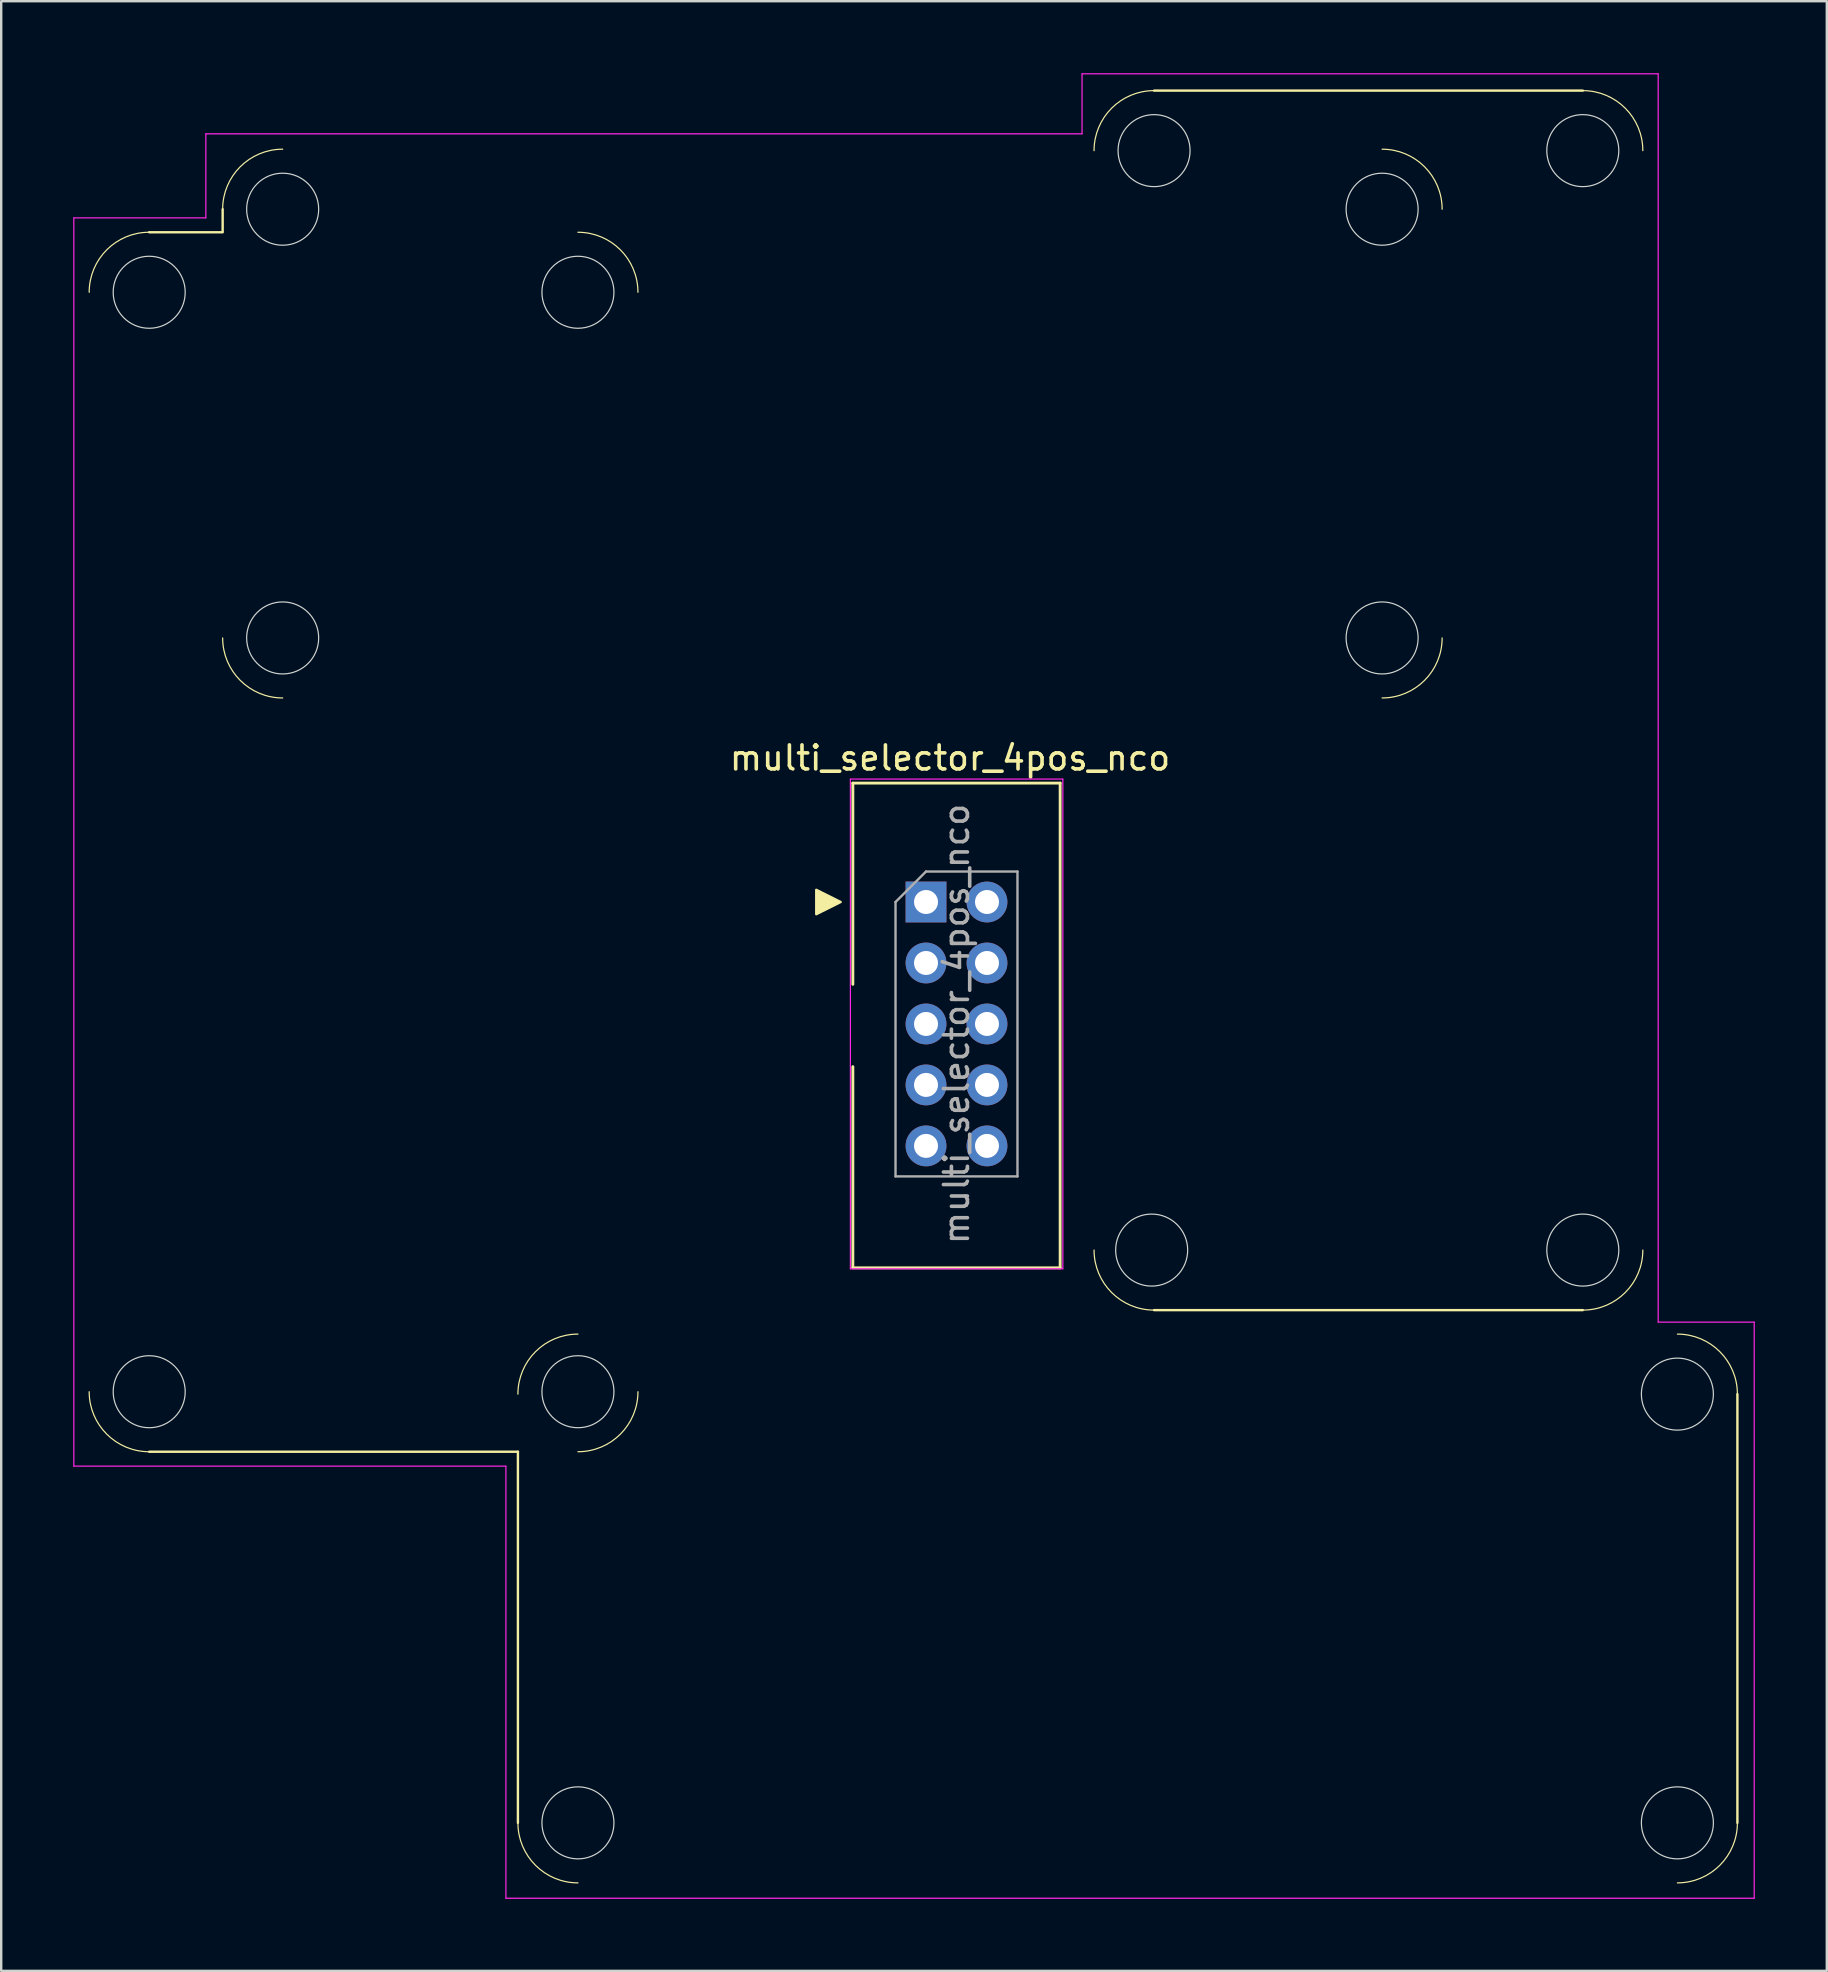
<source format=kicad_pcb>
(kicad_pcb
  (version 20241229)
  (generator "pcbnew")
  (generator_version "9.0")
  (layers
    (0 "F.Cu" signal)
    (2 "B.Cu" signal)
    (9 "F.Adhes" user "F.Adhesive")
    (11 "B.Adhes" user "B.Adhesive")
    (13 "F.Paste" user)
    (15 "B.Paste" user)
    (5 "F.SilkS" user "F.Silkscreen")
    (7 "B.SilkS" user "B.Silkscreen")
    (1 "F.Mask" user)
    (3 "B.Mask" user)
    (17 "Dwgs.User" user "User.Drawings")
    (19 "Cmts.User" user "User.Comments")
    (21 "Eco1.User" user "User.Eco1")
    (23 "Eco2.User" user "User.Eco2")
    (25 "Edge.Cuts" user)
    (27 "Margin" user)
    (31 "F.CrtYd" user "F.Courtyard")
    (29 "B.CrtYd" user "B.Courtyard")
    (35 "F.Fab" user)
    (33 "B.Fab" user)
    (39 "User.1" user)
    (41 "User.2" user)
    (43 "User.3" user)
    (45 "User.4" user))
  (footprint "multi_selector_4pos_nco"
    (layer "F.Cu")
    (at 35.525 34.525)
    (property "Reference" "multi_selector_4pos_nco" (at 1 -6 0) (layer "F.SilkS") (effects (font (size 1 1) (thickness 0.15))))
    (attr through_hole)
    (fp_line (start -32.36 -27.9) (end -29.3 -27.9) (stroke (width 0.1) (type default)) (layer "F.SilkS"))
    (fp_line (start -29.3 -27.94) (end -29.3 -28.86) (stroke (width 0.1) (type default)) (layer "F.SilkS"))
    (fp_line (start -17 22.9) (end -32.36 22.9) (stroke (width 0.1) (type default)) (layer "F.SilkS"))
    (fp_line (start -17 22.9) (end -17 38.36) (stroke (width 0.1) (type default)) (layer "F.SilkS"))
    (fp_line (start -3.048 -4.953) (end 5.588 -4.953) (stroke (width 0.12) (type solid)) (layer "F.SilkS"))
    (fp_line (start -3.048 3.429) (end -3.048 -4.953) (stroke (width 0.12) (type solid)) (layer "F.SilkS"))
    (fp_line (start -3.048 6.858) (end -3.048 15.24) (stroke (width 0.12) (type solid)) (layer "F.SilkS"))
    (fp_line (start -3.048 15.24) (end 5.588 15.24) (stroke (width 0.12) (type solid)) (layer "F.SilkS"))
    (fp_line (start 5.588 -4.953) (end 5.588 15.24) (stroke (width 0.12) (type solid)) (layer "F.SilkS"))
    (fp_line (start 9.5 -33.8) (end 27.36 -33.8) (stroke (width 0.1) (type default)) (layer "F.SilkS"))
    (fp_line (start 9.5 17) (end 27.36 17) (stroke (width 0.1) (type default)) (layer "F.SilkS"))
    (fp_line (start 33.8 20.5) (end 33.8 38.36) (stroke (width 0.1) (type default)) (layer "F.SilkS"))
    (fp_arc (start -34.86 -25.4) (mid -34.127767 -27.167767) (end -32.36 -27.9) (stroke (width 0.05) (type solid)) (layer "F.SilkS"))
    (fp_arc (start -32.36 22.9) (mid -34.127767 22.167767) (end -34.86 20.4) (stroke (width 0.05) (type solid)) (layer "F.SilkS"))
    (fp_arc (start -29.3 -28.86) (mid -28.567767 -30.627767) (end -26.8 -31.36) (stroke (width 0.05) (type solid)) (layer "F.SilkS"))
    (fp_arc (start -26.8 -8.5) (mid -28.567767 -9.232233) (end -29.3 -11) (stroke (width 0.05) (type solid)) (layer "F.SilkS"))
    (fp_arc (start -17 20.5) (mid -16.267767 18.732233) (end -14.5 18) (stroke (width 0.05) (type solid)) (layer "F.SilkS"))
    (fp_arc (start -14.5 -27.9) (mid -12.732233 -27.167767) (end -12 -25.4) (stroke (width 0.05) (type solid)) (layer "F.SilkS"))
    (fp_arc (start -14.5 40.86) (mid -16.267767 40.127767) (end -17 38.36) (stroke (width 0.05) (type solid)) (layer "F.SilkS"))
    (fp_arc (start -12 20.4) (mid -12.732233 22.167767) (end -14.5 22.9) (stroke (width 0.05) (type solid)) (layer "F.SilkS"))
    (fp_arc (start 7 -31.3) (mid 7.732233 -33.067767) (end 9.5 -33.8) (stroke (width 0.05) (type solid)) (layer "F.SilkS"))
    (fp_arc (start 9.5 17) (mid 7.732233 16.267767) (end 7 14.5) (stroke (width 0.05) (type solid)) (layer "F.SilkS"))
    (fp_arc (start 19 -31.36) (mid 20.767767 -30.627767) (end 21.5 -28.86) (stroke (width 0.05) (type solid)) (layer "F.SilkS"))
    (fp_arc (start 21.5 -11) (mid 20.767767 -9.232233) (end 19 -8.5) (stroke (width 0.05) (type solid)) (layer "F.SilkS"))
    (fp_arc (start 27.36 -33.8) (mid 29.127767 -33.067767) (end 29.86 -31.3) (stroke (width 0.05) (type solid)) (layer "F.SilkS"))
    (fp_arc (start 29.86 14.5) (mid 29.127767 16.267767) (end 27.36 17) (stroke (width 0.05) (type solid)) (layer "F.SilkS"))
    (fp_arc (start 31.3 18) (mid 33.067767 18.732233) (end 33.8 20.5) (stroke (width 0.05) (type solid)) (layer "F.SilkS"))
    (fp_arc (start 33.8 38.36) (mid 33.067767 40.127767) (end 31.3 40.86) (stroke (width 0.05) (type solid)) (layer "F.SilkS"))
    (fp_poly (pts (xy -3.556 0) (xy -4.572 -0.508) (xy -4.572 0.508)) (stroke (width 0.1) (type solid)) (fill yes) (layer "F.SilkS"))
    (fp_circle (center -32.36 -25.4) (end -30.86 -25.4) (stroke (width 0.05) (type solid)) (fill no) (layer "Edge.Cuts"))
    (fp_circle (center -32.36 20.4) (end -30.86 20.4) (stroke (width 0.05) (type solid)) (fill no) (layer "Edge.Cuts"))
    (fp_circle (center -26.8 -28.86) (end -26.8 -27.36) (stroke (width 0.05) (type solid)) (fill no) (layer "Edge.Cuts"))
    (fp_circle (center -26.8 -11) (end -26.8 -9.5) (stroke (width 0.05) (type solid)) (fill no) (layer "Edge.Cuts"))
    (fp_circle (center -14.5 -25.4) (end -13 -25.4) (stroke (width 0.05) (type solid)) (fill no) (layer "Edge.Cuts"))
    (fp_circle (center -14.5 20.4) (end -13 20.4) (stroke (width 0.05) (type solid)) (fill no) (layer "Edge.Cuts"))
    (fp_circle (center -14.5 38.36) (end -14.5 36.86) (stroke (width 0.05) (type solid)) (fill no) (layer "Edge.Cuts"))
    (fp_circle (center 9.4 14.5) (end 9.4 13) (stroke (width 0.05) (type solid)) (fill no) (layer "Edge.Cuts"))
    (fp_circle (center 9.5 -31.3) (end 8 -31.3) (stroke (width 0.05) (type solid)) (fill no) (layer "Edge.Cuts"))
    (fp_circle (center 19 -28.86) (end 19 -27.36) (stroke (width 0.05) (type solid)) (fill no) (layer "Edge.Cuts"))
    (fp_circle (center 19 -11) (end 20.5 -11) (stroke (width 0.05) (type solid)) (fill no) (layer "Edge.Cuts"))
    (fp_circle (center 27.36 -31.3) (end 25.86 -31.3) (stroke (width 0.05) (type solid)) (fill no) (layer "Edge.Cuts"))
    (fp_circle (center 27.36 14.5) (end 25.86 14.5) (stroke (width 0.05) (type solid)) (fill no) (layer "Edge.Cuts"))
    (fp_circle (center 31.3 20.5) (end 31.3 19) (stroke (width 0.05) (type solid)) (fill no) (layer "Edge.Cuts"))
    (fp_circle (center 31.3 38.36) (end 31.3 36.86) (stroke (width 0.05) (type solid)) (fill no) (layer "Edge.Cuts"))
    (fp_line (start -35.5 23.5) (end -35.5 -28.5) (stroke (width 0.05) (type default)) (layer "F.CrtYd"))
    (fp_line (start -35.5 23.5) (end -17.5 23.5) (stroke (width 0.05) (type default)) (layer "F.CrtYd"))
    (fp_line (start -30 -32) (end -30 -28.5) (stroke (width 0.05) (type default)) (layer "F.CrtYd"))
    (fp_line (start -30 -32) (end 6.5 -32) (stroke (width 0.05) (type default)) (layer "F.CrtYd"))
    (fp_line (start -30 -28.5) (end -35.5 -28.5) (stroke (width 0.05) (type default)) (layer "F.CrtYd"))
    (fp_line (start -17.5 23.5) (end -17.5 41.5) (stroke (width 0.05) (type default)) (layer "F.CrtYd"))
    (fp_line (start -17.5 41.5) (end 34.5 41.5) (stroke (width 0.05) (type default)) (layer "F.CrtYd"))
    (fp_line (start -3.15 -5.12) (end 5.7 -5.12) (stroke (width 0.05) (type solid)) (layer "F.CrtYd"))
    (fp_line (start -3.15 15.28) (end -3.15 -5.12) (stroke (width 0.05) (type solid)) (layer "F.CrtYd"))
    (fp_line (start -3.15 15.28) (end 5.7 15.28) (stroke (width 0.05) (type solid)) (layer "F.CrtYd"))
    (fp_line (start 5.7 15.28) (end 5.7 -5.12) (stroke (width 0.05) (type solid)) (layer "F.CrtYd"))
    (fp_line (start 6.5 -34.5) (end 6.5 -32) (stroke (width 0.05) (type default)) (layer "F.CrtYd"))
    (fp_line (start 30.5 -34.5) (end 6.5 -34.5) (stroke (width 0.05) (type default)) (layer "F.CrtYd"))
    (fp_line (start 30.5 17.5) (end 30.5 -34.5) (stroke (width 0.05) (type default)) (layer "F.CrtYd"))
    (fp_line (start 34.5 17.5) (end 30.5 17.5) (stroke (width 0.05) (type default)) (layer "F.CrtYd"))
    (fp_line (start 34.5 41.5) (end 34.5 17.5) (stroke (width 0.05) (type default)) (layer "F.CrtYd"))
    (fp_line (start -1.27 0) (end 0 -1.27) (stroke (width 0.1) (type solid)) (layer "F.Fab"))
    (fp_line (start -1.27 11.43) (end -1.27 0) (stroke (width 0.1) (type solid)) (layer "F.Fab"))
    (fp_line (start 0 -1.27) (end 3.81 -1.27) (stroke (width 0.1) (type solid)) (layer "F.Fab"))
    (fp_line (start 3.81 -1.27) (end 3.81 11.43) (stroke (width 0.1) (type solid)) (layer "F.Fab"))
    (fp_line (start 3.81 11.43) (end -1.27 11.43) (stroke (width 0.1) (type solid)) (layer "F.Fab"))
    (fp_text user "${REFERENCE}" (at 1.27 5.08 90) (layer "F.Fab") (effects (font (size 1 1) (thickness 0.15))))
    (pad "1" thru_hole rect (at 0 0) (size 1.7 1.7) (drill 1) (layers "*.Cu" "*.Mask"))
    (pad "2" thru_hole circle (at 2.54 0) (size 1.7 1.7) (drill 1) (layers "*.Cu" "*.Mask"))
    (pad "3" thru_hole circle (at 0 2.54) (size 1.7 1.7) (drill 1) (layers "*.Cu" "*.Mask"))
    (pad "4" thru_hole circle (at 2.54 2.54) (size 1.7 1.7) (drill 1) (layers "*.Cu" "*.Mask"))
    (pad "5" thru_hole circle (at 0 5.08) (size 1.7 1.7) (drill 1) (layers "*.Cu" "*.Mask"))
    (pad "6" thru_hole circle (at 2.54 5.08) (size 1.7 1.7) (drill 1) (layers "*.Cu" "*.Mask"))
    (pad "7" thru_hole circle (at 0 7.62) (size 1.7 1.7) (drill 1) (layers "*.Cu" "*.Mask"))
    (pad "8" thru_hole circle (at 2.54 7.62) (size 1.7 1.7) (drill 1) (layers "*.Cu" "*.Mask"))
    (pad "9" thru_hole circle (at 0 10.16) (size 1.7 1.7) (drill 1) (layers "*.Cu" "*.Mask"))
    (pad "10" thru_hole circle (at 2.54 10.16) (size 1.7 1.7) (drill 1) (layers "*.Cu" "*.Mask")))
  (gr_rect
    (start -3 -3)
    (end 73.05 79.05)
    (stroke (width 0.1) (type default))
    (fill no)
    (layer "Edge.Cuts")))
</source>
